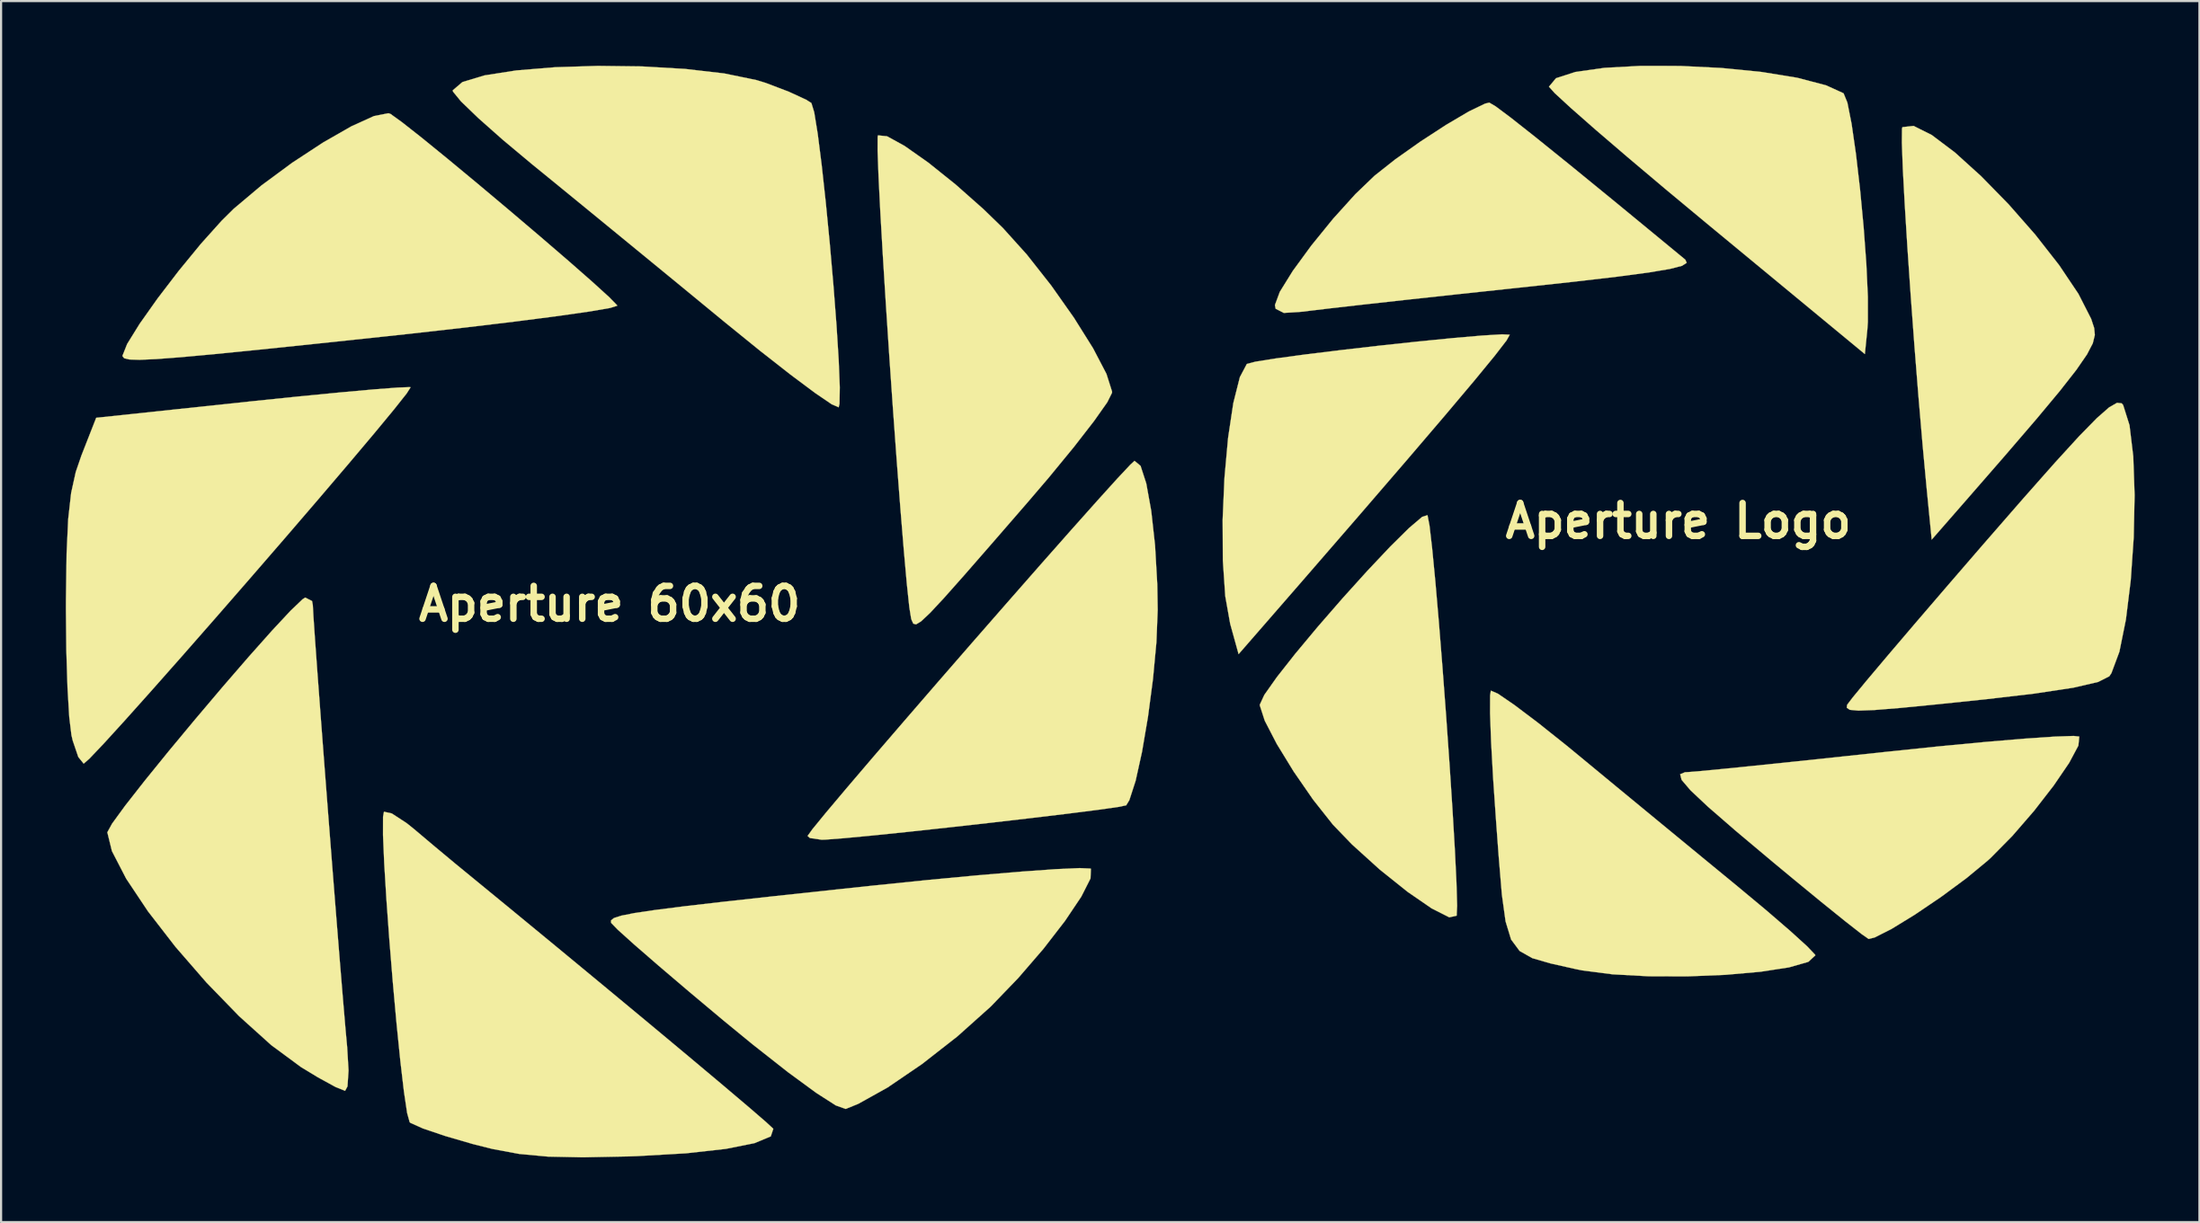
<source format=kicad_pcb>
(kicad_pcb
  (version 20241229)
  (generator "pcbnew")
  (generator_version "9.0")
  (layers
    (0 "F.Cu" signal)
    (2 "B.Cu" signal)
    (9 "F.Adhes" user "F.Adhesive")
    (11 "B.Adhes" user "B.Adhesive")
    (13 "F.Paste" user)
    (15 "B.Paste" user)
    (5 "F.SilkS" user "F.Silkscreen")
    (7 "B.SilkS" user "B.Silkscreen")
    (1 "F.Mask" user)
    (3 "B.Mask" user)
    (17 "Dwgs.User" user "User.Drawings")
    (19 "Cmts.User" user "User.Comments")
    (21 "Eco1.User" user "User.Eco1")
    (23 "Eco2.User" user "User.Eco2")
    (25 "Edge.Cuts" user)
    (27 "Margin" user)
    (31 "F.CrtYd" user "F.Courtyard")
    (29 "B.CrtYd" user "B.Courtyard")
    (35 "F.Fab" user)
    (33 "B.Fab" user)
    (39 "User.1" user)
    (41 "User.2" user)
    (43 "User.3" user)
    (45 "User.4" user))
  (footprint "Aperture Logo"
    (layer "F.Cu")
    (at 74.731 21.107)
    (property "Reference" "Aperture Logo" (at 0 0 0) (layer "F.SilkS") (effects (font (size 1.524 1.524) (thickness 0.3))))
    (attr through_hole)
    (fp_poly (pts (xy -7.814 -8.638) (xy -7.96 -8.375) (xy -8.5 -7.674) (xy -9.446 -6.521) (xy -10.81 -4.902) (xy -12.602 -2.804) (xy -14.834 -0.214) (xy -17.518 2.883) (xy -19.152 4.762) (xy -20.38 6.173) (xy -20.771 4.762) (xy -20.998 3.486) (xy -21.11 1.829) (xy -21.12 -0.052) (xy -21.035 -2) (xy -20.867 -3.857) (xy -20.625 -5.467) (xy -20.321 -6.672) (xy -19.998 -7.283) (xy -19.599 -7.387) (xy -18.644 -7.539) (xy -17.273 -7.724) (xy -15.626 -7.926) (xy -13.843 -8.131) (xy -12.066 -8.322) (xy -10.434 -8.483) (xy -9.087 -8.599) (xy -8.167 -8.655) (xy -7.814 -8.638)) (stroke (width 0.01) (type solid)) (fill yes) (layer "F.SilkS"))
    (fp_poly (pts (xy 0.081 -21.1) (xy 1.995 -21.005) (xy 3.846 -20.822) (xy 5.506 -20.552) (xy 6.851 -20.199) (xy 7.657 -19.831) (xy 7.833 -19.4) (xy 8.028 -18.415) (xy 8.229 -17.023) (xy 8.42 -15.377) (xy 8.586 -13.624) (xy 8.712 -11.915) (xy 8.782 -10.399) (xy 8.782 -9.227) (xy 8.759 -8.887) (xy 8.643 -7.741) (xy 1.323 -13.792) (xy -0.613 -15.402) (xy -2.356 -16.873) (xy -3.837 -18.143) (xy -4.984 -19.152) (xy -5.728 -19.837) (xy -5.997 -20.137) (xy -5.997 -20.138) (xy -5.67 -20.531) (xy -4.771 -20.821) (xy -3.429 -21.011) (xy -1.769 -21.102) (xy 0.081 -21.1)) (stroke (width 0.01) (type solid)) (fill yes) (layer "F.SilkS"))
    (fp_poly (pts (xy 11.743 -17.897) (xy 12.816 -17.088) (xy 14.032 -15.987) (xy 15.302 -14.688) (xy 16.536 -13.283) (xy 17.645 -11.866) (xy 18.54 -10.532) (xy 19.131 -9.373) (xy 19.27 -8.948) (xy 19.301 -8.627) (xy 19.207 -8.241) (xy 18.938 -7.724) (xy 18.447 -7.011) (xy 17.684 -6.037) (xy 16.601 -4.737) (xy 15.149 -3.046) (xy 13.28 -0.899) (xy 13.119 -0.715) (xy 11.741 0.863) (xy 11.516 -1.421) (xy 11.321 -3.509) (xy 11.126 -5.79) (xy 10.938 -8.156) (xy 10.765 -10.501) (xy 10.613 -12.719) (xy 10.49 -14.703) (xy 10.402 -16.346) (xy 10.358 -17.542) (xy 10.364 -18.183) (xy 10.382 -18.261) (xy 10.902 -18.319) (xy 11.743 -17.897)) (stroke (width 0.01) (type solid)) (fill yes) (layer "F.SilkS"))
    (fp_poly (pts (xy -11.534 0.205) (xy -11.411 1.267) (xy -11.263 2.798) (xy -11.1 4.682) (xy -10.931 6.799) (xy -10.763 9.033) (xy -10.606 11.266) (xy -10.468 13.381) (xy -10.357 15.259) (xy -10.283 16.785) (xy -10.253 17.839) (xy -10.275 18.3) (xy -10.616 18.377) (xy -11.433 17.963) (xy -12.546 17.196) (xy -13.845 16.156) (xy -15.125 14.997) (xy -16.009 14.08) (xy -16.925 12.922) (xy -17.826 11.618) (xy -18.609 10.34) (xy -19.168 9.26) (xy -19.398 8.549) (xy -19.399 8.519) (xy -19.187 8.062) (xy -18.606 7.238) (xy -17.749 6.149) (xy -16.705 4.898) (xy -15.566 3.588) (xy -14.422 2.321) (xy -13.365 1.2) (xy -12.485 0.329) (xy -11.874 -0.191) (xy -11.626 -0.27) (xy -11.534 0.205)) (stroke (width 0.01) (type solid)) (fill yes) (layer "F.SilkS"))
    (fp_poly (pts (xy 20.548 -5.455) (xy 20.613 -5.376) (xy 20.908 -4.44) (xy 21.082 -2.992) (xy 21.144 -1.199) (xy 21.102 0.771) (xy 20.965 2.749) (xy 20.741 4.568) (xy 20.44 6.059) (xy 20.069 7.055) (xy 19.972 7.2) (xy 19.457 7.462) (xy 18.307 7.729) (xy 16.497 8.003) (xy 14.287 8.261) (xy 11.973 8.502) (xy 10.27 8.669) (xy 9.09 8.764) (xy 8.346 8.792) (xy 7.946 8.755) (xy 7.803 8.658) (xy 7.82 8.524) (xy 8.074 8.189) (xy 8.729 7.394) (xy 9.725 6.213) (xy 10.999 4.718) (xy 12.49 2.982) (xy 14.099 1.119) (xy 15.977 -1.037) (xy 17.451 -2.703) (xy 18.572 -3.93) (xy 19.392 -4.768) (xy 19.961 -5.268) (xy 20.33 -5.48) (xy 20.548 -5.455)) (stroke (width 0.01) (type solid)) (fill yes) (layer "F.SilkS"))
    (fp_poly (pts (xy -8.473 -19.229) (xy -7.77 -18.704) (xy -6.63 -17.804) (xy -5.028 -16.511) (xy -2.94 -14.805) (xy -0.343 -12.666) (xy 0.323 -12.116) (xy 0.387 -11.972) (xy 0.171 -11.833) (xy -0.394 -11.687) (xy -1.377 -11.522) (xy -2.845 -11.327) (xy -4.867 -11.092) (xy -7.513 -10.805) (xy -7.983 -10.755) (xy -10.376 -10.499) (xy -12.606 -10.257) (xy -14.552 -10.041) (xy -16.094 -9.866) (xy -17.112 -9.744) (xy -17.374 -9.709) (xy -18.286 -9.648) (xy -18.664 -9.842) (xy -18.697 -10.011) (xy -18.471 -10.624) (xy -17.87 -11.594) (xy -17.009 -12.772) (xy -16.004 -14.009) (xy -14.969 -15.155) (xy -14.08 -16.009) (xy -13.123 -16.766) (xy -11.961 -17.588) (xy -10.765 -18.367) (xy -9.706 -18.991) (xy -8.958 -19.352) (xy -8.762 -19.399) (xy -8.473 -19.229)) (stroke (width 0.01) (type solid)) (fill yes) (layer "F.SilkS"))
    (fp_poly (pts (xy -8.363 8.007) (xy -7.601 8.529) (xy -6.505 9.356) (xy -5.179 10.413) (xy -4.687 10.818) (xy -2.856 12.331) (xy -0.794 14.031) (xy 1.228 15.696) (xy 2.734 16.934) (xy 4.071 18.048) (xy 5.185 19.009) (xy 5.974 19.726) (xy 6.337 20.109) (xy 6.35 20.139) (xy 6.021 20.442) (xy 5.124 20.698) (xy 3.798 20.901) (xy 2.18 21.043) (xy 0.407 21.115) (xy -1.382 21.11) (xy -3.052 21.019) (xy -4.464 20.836) (xy -4.763 20.775) (xy -5.919 20.515) (xy -6.765 20.271) (xy -7.357 19.936) (xy -7.752 19.404) (xy -8.007 18.567) (xy -8.179 17.32) (xy -8.326 15.554) (xy -8.449 13.888) (xy -8.584 11.935) (xy -8.678 10.236) (xy -8.726 8.913) (xy -8.724 8.086) (xy -8.69 7.866) (xy -8.363 8.007)) (stroke (width 0.01) (type solid)) (fill yes) (layer "F.SilkS"))
    (fp_poly (pts (xy 18.58 9.996) (xy 18.538 10.414) (xy 18.11 11.216) (xy 17.393 12.268) (xy 16.485 13.439) (xy 15.481 14.599) (xy 14.48 15.614) (xy 14.327 15.754) (xy 13.343 16.567) (xy 12.167 17.435) (xy 10.959 18.253) (xy 9.881 18.914) (xy 9.095 19.312) (xy 8.819 19.38) (xy 8.502 19.16) (xy 7.74 18.564) (xy 6.632 17.67) (xy 5.273 16.553) (xy 4.41 15.837) (xy 2.645 14.355) (xy 1.381 13.257) (xy 0.567 12.492) (xy 0.151 12.004) (xy 0.083 11.741) (xy 0.311 11.648) (xy 0.412 11.645) (xy 0.88 11.609) (xy 1.949 11.507) (xy 3.517 11.349) (xy 5.484 11.145) (xy 7.749 10.905) (xy 9.614 10.705) (xy 12.02 10.455) (xy 14.192 10.248) (xy 16.031 10.093) (xy 17.439 9.997) (xy 18.321 9.967) (xy 18.58 9.996)) (stroke (width 0.01) (type solid)) (fill yes) (layer "F.SilkS")))
  (footprint "Aperture 60x60"
    (layer "F.Cu")
    (at 25.204 24.95)
    (property "Reference" "Aperture 60x60" (at 0 0 0) (layer "F.SilkS") (effects (font (size 1.524 1.524) (thickness 0.3))))
    (attr through_hole)
    (fp_poly (pts (xy -9.225 -10.043) (xy -9.409 -9.754) (xy -9.996 -9.014) (xy -10.918 -7.898) (xy -12.111 -6.483) (xy -13.508 -4.844) (xy -15.043 -3.058) (xy -16.651 -1.201) (xy -18.265 0.652) (xy -19.819 2.424) (xy -21.247 4.038) (xy -22.483 5.42) (xy -23.461 6.493) (xy -24.115 7.181) (xy -24.376 7.408) (xy -24.625 7.1) (xy -24.885 6.335) (xy -24.943 6.085) (xy -25.045 5.244) (xy -25.126 3.873) (xy -25.18 2.147) (xy -25.199 0.242) (xy -25.198 -0.176) (xy -25.168 -2.332) (xy -25.093 -3.937) (xy -24.957 -5.146) (xy -24.743 -6.115) (xy -24.484 -6.872) (xy -23.796 -8.628) (xy -16.572 -9.395) (xy -14.398 -9.619) (xy -12.473 -9.806) (xy -10.905 -9.947) (xy -9.799 -10.031) (xy -9.26 -10.05) (xy -9.225 -10.043)) (stroke (width 0.01) (type solid)) (fill yes) (layer "F.SilkS"))
    (fp_poly (pts (xy -13.792 -0.132) (xy -13.757 0.059) (xy -13.729 0.577) (xy -13.653 1.685) (xy -13.538 3.273) (xy -13.392 5.227) (xy -13.224 7.434) (xy -13.043 9.784) (xy -12.857 12.164) (xy -12.675 14.46) (xy -12.506 16.562) (xy -12.358 18.356) (xy -12.241 19.731) (xy -12.166 20.549) (xy -12.102 21.635) (xy -12.15 22.371) (xy -12.261 22.578) (xy -12.701 22.402) (xy -13.529 21.948) (xy -14.307 21.475) (xy -15.682 20.46) (xy -17.172 19.117) (xy -18.684 17.559) (xy -20.123 15.901) (xy -21.396 14.256) (xy -22.408 12.738) (xy -23.067 11.461) (xy -23.28 10.591) (xy -23.059 10.188) (xy -22.455 9.359) (xy -21.555 8.21) (xy -20.445 6.841) (xy -19.212 5.357) (xy -17.943 3.858) (xy -16.724 2.449) (xy -15.641 1.232) (xy -14.781 0.31) (xy -14.231 -0.215) (xy -14.109 -0.294) (xy -13.792 -0.132)) (stroke (width 0.01) (type solid)) (fill yes) (layer "F.SilkS"))
    (fp_poly (pts (xy 1.503 -24.92) (xy 3.497 -24.804) (xy 5.305 -24.595) (xy 6.798 -24.288) (xy 7.232 -24.155) (xy 8.3 -23.748) (xy 9.101 -23.379) (xy 9.349 -23.222) (xy 9.48 -22.792) (xy 9.642 -21.793) (xy 9.824 -20.359) (xy 10.014 -18.622) (xy 10.2 -16.714) (xy 10.37 -14.77) (xy 10.512 -12.921) (xy 10.614 -11.3) (xy 10.664 -10.042) (xy 10.651 -9.277) (xy 10.612 -9.115) (xy 10.29 -9.255) (xy 9.515 -9.783) (xy 8.375 -10.635) (xy 6.958 -11.745) (xy 5.352 -13.048) (xy 5.292 -13.097) (xy 3.324 -14.717) (xy 1.211 -16.451) (xy -0.855 -18.145) (xy -2.684 -19.641) (xy -3.598 -20.386) (xy -4.961 -21.526) (xy -6.09 -22.527) (xy -6.889 -23.298) (xy -7.26 -23.751) (xy -7.273 -23.811) (xy -6.825 -24.195) (xy -5.801 -24.504) (xy -4.33 -24.734) (xy -2.537 -24.882) (xy -0.551 -24.945) (xy 1.503 -24.92)) (stroke (width 0.01) (type solid)) (fill yes) (layer "F.SilkS"))
    (fp_poly (pts (xy 22.284 12.273) (xy 22.302 12.283) (xy 22.284 12.732) (xy 21.857 13.575) (xy 21.102 14.7) (xy 20.101 15.995) (xy 18.935 17.347) (xy 17.686 18.644) (xy 17.631 18.697) (xy 16.114 20.055) (xy 14.474 21.337) (xy 12.884 22.421) (xy 11.516 23.184) (xy 10.936 23.418) (xy 10.482 23.256) (xy 9.568 22.67) (xy 8.258 21.709) (xy 6.619 20.419) (xy 5.292 19.331) (xy 3.681 17.98) (xy 2.267 16.776) (xy 1.135 15.793) (xy 0.373 15.106) (xy 0.067 14.791) (xy 0.066 14.789) (xy 0.064 14.673) (xy 0.2 14.565) (xy 0.541 14.456) (xy 1.152 14.335) (xy 2.102 14.194) (xy 3.456 14.022) (xy 5.281 13.811) (xy 7.645 13.551) (xy 10.614 13.232) (xy 12.164 13.067) (xy 14.73 12.804) (xy 17.066 12.584) (xy 19.081 12.414) (xy 20.683 12.3) (xy 21.781 12.251) (xy 22.284 12.273)) (stroke (width 0.01) (type solid)) (fill yes) (layer "F.SilkS"))
    (fp_poly (pts (xy 24.604 -6.399) (xy 24.868 -5.585) (xy 25.098 -4.314) (xy 25.275 -2.713) (xy 25.378 -0.905) (xy 25.397 0.282) (xy 25.338 1.777) (xy 25.179 3.482) (xy 24.948 5.231) (xy 24.671 6.86) (xy 24.374 8.205) (xy 24.084 9.1) (xy 23.938 9.34) (xy 23.567 9.416) (xy 22.623 9.55) (xy 21.236 9.726) (xy 19.536 9.93) (xy 17.653 10.148) (xy 15.715 10.365) (xy 13.852 10.567) (xy 12.195 10.738) (xy 10.872 10.863) (xy 10.013 10.93) (xy 9.826 10.936) (xy 9.281 10.857) (xy 9.172 10.76) (xy 9.395 10.449) (xy 10.018 9.687) (xy 10.975 8.551) (xy 12.198 7.117) (xy 13.621 5.464) (xy 15.176 3.666) (xy 16.796 1.803) (xy 18.415 -0.049) (xy 19.964 -1.814) (xy 21.378 -3.414) (xy 22.588 -4.772) (xy 23.528 -5.812) (xy 24.131 -6.455) (xy 24.324 -6.633) (xy 24.604 -6.399)) (stroke (width 0.01) (type solid)) (fill yes) (layer "F.SilkS"))
    (fp_poly (pts (xy 12.857 -21.681) (xy 13.671 -21.232) (xy 14.763 -20.463) (xy 16.018 -19.458) (xy 17.322 -18.303) (xy 18.221 -17.431) (xy 19.33 -16.2) (xy 20.461 -14.764) (xy 21.516 -13.267) (xy 22.402 -11.853) (xy 23.022 -10.666) (xy 23.281 -9.849) (xy 23.283 -9.793) (xy 23.061 -9.348) (xy 22.446 -8.476) (xy 21.516 -7.277) (xy 20.346 -5.852) (xy 19.361 -4.699) (xy 17.685 -2.767) (xy 16.413 -1.309) (xy 15.487 -0.266) (xy 14.848 0.419) (xy 14.438 0.805) (xy 14.199 0.951) (xy 14.071 0.915) (xy 13.997 0.756) (xy 13.972 0.682) (xy 13.887 0.155) (xy 13.77 -0.949) (xy 13.629 -2.526) (xy 13.47 -4.475) (xy 13.3 -6.69) (xy 13.127 -9.07) (xy 12.958 -11.51) (xy 12.8 -13.908) (xy 12.66 -16.161) (xy 12.544 -18.164) (xy 12.461 -19.815) (xy 12.417 -21.011) (xy 12.419 -21.649) (xy 12.434 -21.724) (xy 12.857 -21.681)) (stroke (width 0.01) (type solid)) (fill yes) (layer "F.SilkS"))
    (fp_poly (pts (xy -10.158 -22.718) (xy -9.63 -22.338) (xy -8.715 -21.618) (xy -7.517 -20.642) (xy -6.135 -19.496) (xy -4.671 -18.266) (xy -3.226 -17.038) (xy -1.901 -15.897) (xy -0.798 -14.928) (xy -0.017 -14.217) (xy 0.341 -13.85) (xy 0.353 -13.825) (xy 0.016 -13.72) (xy -0.938 -13.556) (xy -2.423 -13.344) (xy -4.354 -13.095) (xy -6.647 -12.82) (xy -9.215 -12.53) (xy -10.319 -12.411) (xy -13.591 -12.064) (xy -16.23 -11.789) (xy -18.301 -11.582) (xy -19.872 -11.438) (xy -21.01 -11.351) (xy -21.783 -11.317) (xy -22.257 -11.332) (xy -22.499 -11.389) (xy -22.576 -11.484) (xy -22.578 -11.506) (xy -22.361 -12.052) (xy -21.783 -12.985) (xy -20.949 -14.164) (xy -19.967 -15.447) (xy -18.943 -16.695) (xy -17.983 -17.765) (xy -17.421 -18.321) (xy -16.135 -19.404) (xy -14.712 -20.454) (xy -13.282 -21.392) (xy -11.976 -22.14) (xy -10.922 -22.619) (xy -10.252 -22.75) (xy -10.158 -22.718)) (stroke (width 0.01) (type solid)) (fill yes) (layer "F.SilkS"))
    (fp_poly (pts (xy -10.096 9.718) (xy -9.414 10.162) (xy -9.058 10.448) (xy -8.091 11.264) (xy -7.191 12.014) (xy -7.018 12.156) (xy -4.726 14.037) (xy -2.447 15.914) (xy -0.247 17.734) (xy 1.807 19.439) (xy 3.649 20.976) (xy 5.214 22.29) (xy 6.434 23.324) (xy 7.245 24.024) (xy 7.581 24.336) (xy 7.584 24.34) (xy 7.467 24.69) (xy 6.711 25.005) (xy 5.38 25.27) (xy 3.541 25.475) (xy 1.259 25.606) (xy 0.882 25.619) (xy -1.239 25.661) (xy -2.862 25.628) (xy -4.194 25.504) (xy -5.44 25.272) (xy -6.335 25.047) (xy -7.63 24.67) (xy -8.659 24.321) (xy -9.229 24.065) (xy -9.268 24.034) (xy -9.386 23.607) (xy -9.534 22.612) (xy -9.702 21.179) (xy -9.878 19.439) (xy -10.051 17.523) (xy -10.211 15.562) (xy -10.347 13.685) (xy -10.448 12.025) (xy -10.504 10.71) (xy -10.502 9.872) (xy -10.46 9.637) (xy -10.096 9.718)) (stroke (width 0.01) (type solid)) (fill yes) (layer "F.SilkS")))
  (gr_rect
    (start -3 -3)
    (end 98.88 53.616)
    (stroke (width 0.1) (type default))
    (fill no)
    (layer "Edge.Cuts")))
</source>
